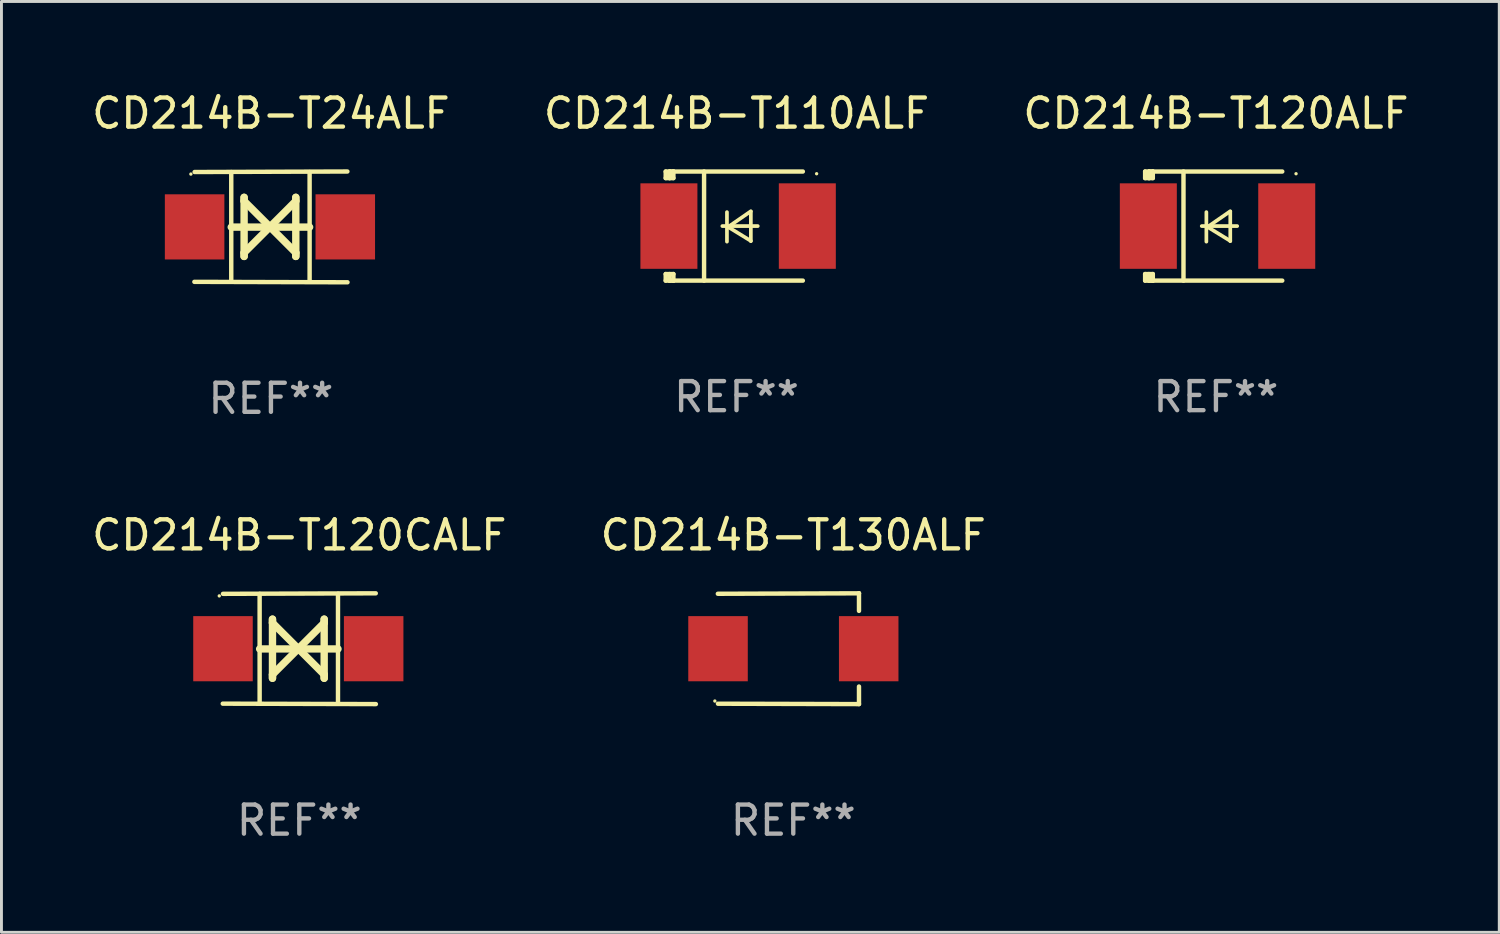
<source format=kicad_pcb>
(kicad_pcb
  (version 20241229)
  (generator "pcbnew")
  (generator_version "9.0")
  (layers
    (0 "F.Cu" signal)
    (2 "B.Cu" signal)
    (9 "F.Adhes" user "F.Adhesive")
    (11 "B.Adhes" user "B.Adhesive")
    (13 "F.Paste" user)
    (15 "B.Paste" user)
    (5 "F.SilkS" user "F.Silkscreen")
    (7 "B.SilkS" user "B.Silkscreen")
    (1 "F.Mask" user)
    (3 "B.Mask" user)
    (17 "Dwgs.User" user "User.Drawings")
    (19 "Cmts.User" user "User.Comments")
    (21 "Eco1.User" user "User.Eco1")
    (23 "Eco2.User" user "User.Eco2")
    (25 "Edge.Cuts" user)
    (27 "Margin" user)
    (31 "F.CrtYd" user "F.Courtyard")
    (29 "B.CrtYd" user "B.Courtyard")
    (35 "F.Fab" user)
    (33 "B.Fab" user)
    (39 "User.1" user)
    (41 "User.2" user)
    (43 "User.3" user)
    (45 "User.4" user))
  (footprint "CD214B-T120ALF"
    (layer "F.Cu")
    (at 38.768 4.725)
    (property "Reference" "CD214B-T120ALF" (at 0 -3.876 0) (layer "F.SilkS") (effects (font (size 1 1) (thickness 0.15))))
    (attr through_hole)
    (fp_line (start -2.435 1.65) (end -2.171 1.65) (stroke (width 0.152) (type solid)) (layer "F.SilkS"))
    (fp_line (start -2.435 1.876) (end -2.435 1.65) (stroke (width 0.152) (type solid)) (layer "F.SilkS"))
    (fp_line (start -2.435 -1.876) (end -2.171 -1.876) (stroke (width 0.152) (type solid)) (layer "F.SilkS"))
    (fp_line (start -2.435 -1.65) (end -2.435 -1.876) (stroke (width 0.152) (type solid)) (layer "F.SilkS"))
    (fp_line (start -2.305 -1.866) (end -2.295 -1.876) (stroke (width 0.152) (type solid)) (layer "F.SilkS"))
    (fp_line (start -2.305 -1.65) (end -2.305 -1.866) (stroke (width 0.152) (type solid)) (layer "F.SilkS"))
    (fp_line (start -2.305 1.876) (end -2.305 1.65) (stroke (width 0.152) (type solid)) (layer "F.SilkS"))
    (fp_line (start -2.295 -1.876) (end -2.295 -1.65) (stroke (width 0.152) (type solid)) (layer "F.SilkS"))
    (fp_line (start -2.171 1.876) (end -2.435 1.876) (stroke (width 0.152) (type solid)) (layer "F.SilkS"))
    (fp_line (start -2.171 -1.65) (end -2.435 -1.65) (stroke (width 0.152) (type solid)) (layer "F.SilkS"))
    (fp_line (start -2.171 -1.876) (end -2.295 -1.876) (stroke (width 0.152) (type solid)) (layer "F.SilkS"))
    (fp_line (start -2.171 -1.65) (end -2.171 -1.876) (stroke (width 0.152) (type solid)) (layer "F.SilkS"))
    (fp_line (start -2.171 1.876) (end -2.305 1.876) (stroke (width 0.152) (type solid)) (layer "F.SilkS"))
    (fp_line (start -2.171 1.876) (end -2.171 1.65) (stroke (width 0.152) (type solid)) (layer "F.SilkS"))
    (fp_line (start -1.116 1.876) (end -1.116 -1.876) (stroke (width 0.152) (type solid)) (layer "F.SilkS"))
    (fp_line (start -0.488 0.000102) (end 0.731 0.000102) (stroke (width 0.127) (type solid)) (layer "F.SilkS"))
    (fp_line (start -0.329 -0.48) (end -0.329 0.536) (stroke (width 0.127) (type solid)) (layer "F.SilkS"))
    (fp_line (start -0.29 0.03) (end 0.493 0.51) (stroke (width 0.127) (type solid)) (layer "F.SilkS"))
    (fp_line (start 0.493 -0.51) (end -0.29 0.03) (stroke (width 0.127) (type solid)) (layer "F.SilkS"))
    (fp_line (start 0.493 0.52) (end 0.493 -0.496) (stroke (width 0.127) (type solid)) (layer "F.SilkS"))
    (fp_line (start 2.281 -1.876) (end -2.171 -1.876) (stroke (width 0.152) (type solid)) (layer "F.SilkS"))
    (fp_line (start 2.281 1.876) (end -2.171 1.876) (stroke (width 0.152) (type solid)) (layer "F.SilkS"))
    (fp_circle (center 2.755 -1.8) (end 2.785 -1.8) (stroke (width 0.06) (type solid)) (fill no) (layer "F.SilkS"))
    (fp_text user "REF**" (at 0 5.876 0) (layer "F.Fab") (effects (font (size 1 1) (thickness 0.15))))
    (pad "1" smd rect (at 2.435 -0.000025 180) (size 1.96 2.94) (layers "F.Cu" "F.Mask" "F.Paste"))
    (pad "2" smd rect (at -2.325 -0.000025 180) (size 1.96 2.94) (layers "F.Cu" "F.Mask" "F.Paste")))
  (footprint "CD214B-T130ALF"
    (layer "F.Cu")
    (at 24.232 19.26)
    (property "Reference" "CD214B-T130ALF" (at 0 -3.905 0) (layer "F.SilkS") (effects (font (size 1 1) (thickness 0.15))))
    (attr through_hole)
    (fp_line (start 2.256 -1.905) (end -2.594 -1.889) (stroke (width 0.152) (type solid)) (layer "F.SilkS"))
    (fp_line (start 2.256 -1.905) (end 2.26 -1.905) (stroke (width 0.152) (type solid)) (layer "F.SilkS"))
    (fp_line (start 2.26 -1.905) (end 2.26 -1.301) (stroke (width 0.152) (type solid)) (layer "F.SilkS"))
    (fp_line (start 2.26 1.301) (end 2.26 1.905) (stroke (width 0.152) (type solid)) (layer "F.SilkS"))
    (fp_line (start 2.26 1.905) (end -2.59 1.892) (stroke (width 0.152) (type solid)) (layer "F.SilkS"))
    (fp_circle (center -2.697 1.8) (end -2.667 1.8) (stroke (width 0.06) (type solid)) (fill no) (layer "F.SilkS"))
    (fp_text user "REF**" (at 0 5.905 0) (layer "F.Fab") (effects (font (size 1 1) (thickness 0.15))))
    (pad "1" smd rect (at -2.588 0) (size 2.047 2.241) (layers "F.Cu" "F.Mask" "F.Paste"))
    (pad "2" smd rect (at 2.594 0) (size 2.047 2.241) (layers "F.Cu" "F.Mask" "F.Paste")))
  (footprint "CD214B-T24ALF"
    (layer "F.Cu")
    (at 6.268 4.753)
    (property "Reference" "CD214B-T24ALF" (at 0 -3.905 0) (layer "F.SilkS") (effects (font (size 1 1) (thickness 0.15))))
    (attr through_hole)
    (fp_line (start -1.365 1.886) (end -1.365 -1.886) (stroke (width 0.152) (type solid)) (layer "F.SilkS"))
    (fp_line (start -1.365 0.008) (end 1.33 0.008) (stroke (width 0.254) (type solid)) (layer "F.SilkS"))
    (fp_line (start -0.923 -1.016) (end -0.923 1.016) (stroke (width 0.254) (type solid)) (layer "F.SilkS"))
    (fp_line (start -0.923 -0.889) (end -0.923 -1.016) (stroke (width 0.254) (type solid)) (layer "F.SilkS"))
    (fp_line (start -0.923 0.889) (end -0.034 0) (stroke (width 0.254) (type solid)) (layer "F.SilkS"))
    (fp_line (start -0.923 1.016) (end -0.923 0.889) (stroke (width 0.254) (type solid)) (layer "F.SilkS"))
    (fp_line (start -0.034 0) (end -0.923 -0.889) (stroke (width 0.254) (type solid)) (layer "F.SilkS"))
    (fp_line (start -0.034 0) (end 0.855 0.889) (stroke (width 0.254) (type solid)) (layer "F.SilkS"))
    (fp_line (start 0.855 -1.016) (end 0.855 -0.889) (stroke (width 0.254) (type solid)) (layer "F.SilkS"))
    (fp_line (start 0.855 -0.889) (end -0.034 0) (stroke (width 0.254) (type solid)) (layer "F.SilkS"))
    (fp_line (start 0.855 0.889) (end 0.855 1.016) (stroke (width 0.254) (type solid)) (layer "F.SilkS"))
    (fp_line (start 0.855 1.016) (end 0.855 -1.016) (stroke (width 0.254) (type solid)) (layer "F.SilkS"))
    (fp_line (start 1.33 1.886) (end 1.33 -1.886) (stroke (width 0.152) (type solid)) (layer "F.SilkS"))
    (fp_line (start 2.629 -1.905) (end -2.625 -1.887) (stroke (width 0.152) (type solid)) (layer "F.SilkS"))
    (fp_line (start 2.633 1.905) (end -2.633 1.89) (stroke (width 0.152) (type solid)) (layer "F.SilkS"))
    (fp_circle (center -2.753 -1.816) (end -2.723 -1.816) (stroke (width 0.06) (type solid)) (fill no) (layer "F.SilkS"))
    (fp_text user "REF**" (at 0 5.905 0) (layer "F.Fab") (effects (font (size 1 1) (thickness 0.15))))
    (pad "1" smd rect (at -2.625 0) (size 2.047 2.241) (layers "F.Cu" "F.Mask" "F.Paste"))
    (pad "2" smd rect (at 2.557 0) (size 2.047 2.241) (layers "F.Cu" "F.Mask" "F.Paste")))
  (footprint "CD214B-T110ALF"
    (layer "F.Cu")
    (at 22.28 4.725)
    (property "Reference" "CD214B-T110ALF" (at 0 -3.876 0) (layer "F.SilkS") (effects (font (size 1 1) (thickness 0.15))))
    (attr through_hole)
    (fp_line (start -2.435 1.65) (end -2.171 1.65) (stroke (width 0.152) (type solid)) (layer "F.SilkS"))
    (fp_line (start -2.435 1.876) (end -2.435 1.65) (stroke (width 0.152) (type solid)) (layer "F.SilkS"))
    (fp_line (start -2.435 -1.876) (end -2.171 -1.876) (stroke (width 0.152) (type solid)) (layer "F.SilkS"))
    (fp_line (start -2.435 -1.65) (end -2.435 -1.876) (stroke (width 0.152) (type solid)) (layer "F.SilkS"))
    (fp_line (start -2.305 -1.866) (end -2.295 -1.876) (stroke (width 0.152) (type solid)) (layer "F.SilkS"))
    (fp_line (start -2.305 -1.65) (end -2.305 -1.866) (stroke (width 0.152) (type solid)) (layer "F.SilkS"))
    (fp_line (start -2.305 1.876) (end -2.305 1.65) (stroke (width 0.152) (type solid)) (layer "F.SilkS"))
    (fp_line (start -2.295 -1.876) (end -2.295 -1.65) (stroke (width 0.152) (type solid)) (layer "F.SilkS"))
    (fp_line (start -2.171 1.876) (end -2.435 1.876) (stroke (width 0.152) (type solid)) (layer "F.SilkS"))
    (fp_line (start -2.171 -1.65) (end -2.435 -1.65) (stroke (width 0.152) (type solid)) (layer "F.SilkS"))
    (fp_line (start -2.171 -1.876) (end -2.295 -1.876) (stroke (width 0.152) (type solid)) (layer "F.SilkS"))
    (fp_line (start -2.171 -1.65) (end -2.171 -1.876) (stroke (width 0.152) (type solid)) (layer "F.SilkS"))
    (fp_line (start -2.171 1.876) (end -2.305 1.876) (stroke (width 0.152) (type solid)) (layer "F.SilkS"))
    (fp_line (start -2.171 1.876) (end -2.171 1.65) (stroke (width 0.152) (type solid)) (layer "F.SilkS"))
    (fp_line (start -1.116 1.876) (end -1.116 -1.876) (stroke (width 0.152) (type solid)) (layer "F.SilkS"))
    (fp_line (start -0.488 0.000102) (end 0.731 0.000102) (stroke (width 0.127) (type solid)) (layer "F.SilkS"))
    (fp_line (start -0.329 -0.48) (end -0.329 0.536) (stroke (width 0.127) (type solid)) (layer "F.SilkS"))
    (fp_line (start -0.29 0.03) (end 0.493 0.51) (stroke (width 0.127) (type solid)) (layer "F.SilkS"))
    (fp_line (start 0.493 -0.51) (end -0.29 0.03) (stroke (width 0.127) (type solid)) (layer "F.SilkS"))
    (fp_line (start 0.493 0.52) (end 0.493 -0.496) (stroke (width 0.127) (type solid)) (layer "F.SilkS"))
    (fp_line (start 2.281 -1.876) (end -2.171 -1.876) (stroke (width 0.152) (type solid)) (layer "F.SilkS"))
    (fp_line (start 2.281 1.876) (end -2.171 1.876) (stroke (width 0.152) (type solid)) (layer "F.SilkS"))
    (fp_circle (center 2.755 -1.8) (end 2.785 -1.8) (stroke (width 0.06) (type solid)) (fill no) (layer "F.SilkS"))
    (fp_text user "REF**" (at 0 5.876 0) (layer "F.Fab") (effects (font (size 1 1) (thickness 0.15))))
    (pad "1" smd rect (at 2.435 -0.000025 180) (size 1.96 2.94) (layers "F.Cu" "F.Mask" "F.Paste"))
    (pad "2" smd rect (at -2.325 -0.000025 180) (size 1.96 2.94) (layers "F.Cu" "F.Mask" "F.Paste")))
  (footprint "CD214B-T120CALF"
    (layer "F.Cu")
    (at 7.244 19.26)
    (property "Reference" "CD214B-T120CALF" (at 0 -3.905 0) (layer "F.SilkS") (effects (font (size 1 1) (thickness 0.15))))
    (attr through_hole)
    (fp_line (start -1.365 1.886) (end -1.365 -1.886) (stroke (width 0.152) (type solid)) (layer "F.SilkS"))
    (fp_line (start -1.365 0.008) (end 1.33 0.008) (stroke (width 0.254) (type solid)) (layer "F.SilkS"))
    (fp_line (start -0.923 -1.016) (end -0.923 1.016) (stroke (width 0.254) (type solid)) (layer "F.SilkS"))
    (fp_line (start -0.923 -0.889) (end -0.923 -1.016) (stroke (width 0.254) (type solid)) (layer "F.SilkS"))
    (fp_line (start -0.923 0.889) (end -0.034 0) (stroke (width 0.254) (type solid)) (layer "F.SilkS"))
    (fp_line (start -0.923 1.016) (end -0.923 0.889) (stroke (width 0.254) (type solid)) (layer "F.SilkS"))
    (fp_line (start -0.034 0) (end -0.923 -0.889) (stroke (width 0.254) (type solid)) (layer "F.SilkS"))
    (fp_line (start -0.034 0) (end 0.855 0.889) (stroke (width 0.254) (type solid)) (layer "F.SilkS"))
    (fp_line (start 0.855 -1.016) (end 0.855 -0.889) (stroke (width 0.254) (type solid)) (layer "F.SilkS"))
    (fp_line (start 0.855 -0.889) (end -0.034 0) (stroke (width 0.254) (type solid)) (layer "F.SilkS"))
    (fp_line (start 0.855 0.889) (end 0.855 1.016) (stroke (width 0.254) (type solid)) (layer "F.SilkS"))
    (fp_line (start 0.855 1.016) (end 0.855 -1.016) (stroke (width 0.254) (type solid)) (layer "F.SilkS"))
    (fp_line (start 1.33 1.886) (end 1.33 -1.886) (stroke (width 0.152) (type solid)) (layer "F.SilkS"))
    (fp_line (start 2.629 -1.905) (end -2.625 -1.887) (stroke (width 0.152) (type solid)) (layer "F.SilkS"))
    (fp_line (start 2.633 1.905) (end -2.633 1.89) (stroke (width 0.152) (type solid)) (layer "F.SilkS"))
    (fp_circle (center -2.753 -1.816) (end -2.723 -1.816) (stroke (width 0.06) (type solid)) (fill no) (layer "F.SilkS"))
    (fp_text user "REF**" (at 0 5.905 0) (layer "F.Fab") (effects (font (size 1 1) (thickness 0.15))))
    (pad "1" smd rect (at -2.625 0) (size 2.047 2.241) (layers "F.Cu" "F.Mask" "F.Paste"))
    (pad "2" smd rect (at 2.557 0) (size 2.047 2.241) (layers "F.Cu" "F.Mask" "F.Paste")))
  (gr_rect
    (start -3 -3)
    (end 48.512 29.013)
    (stroke (width 0.1) (type default))
    (fill no)
    (layer "Edge.Cuts")))
</source>
